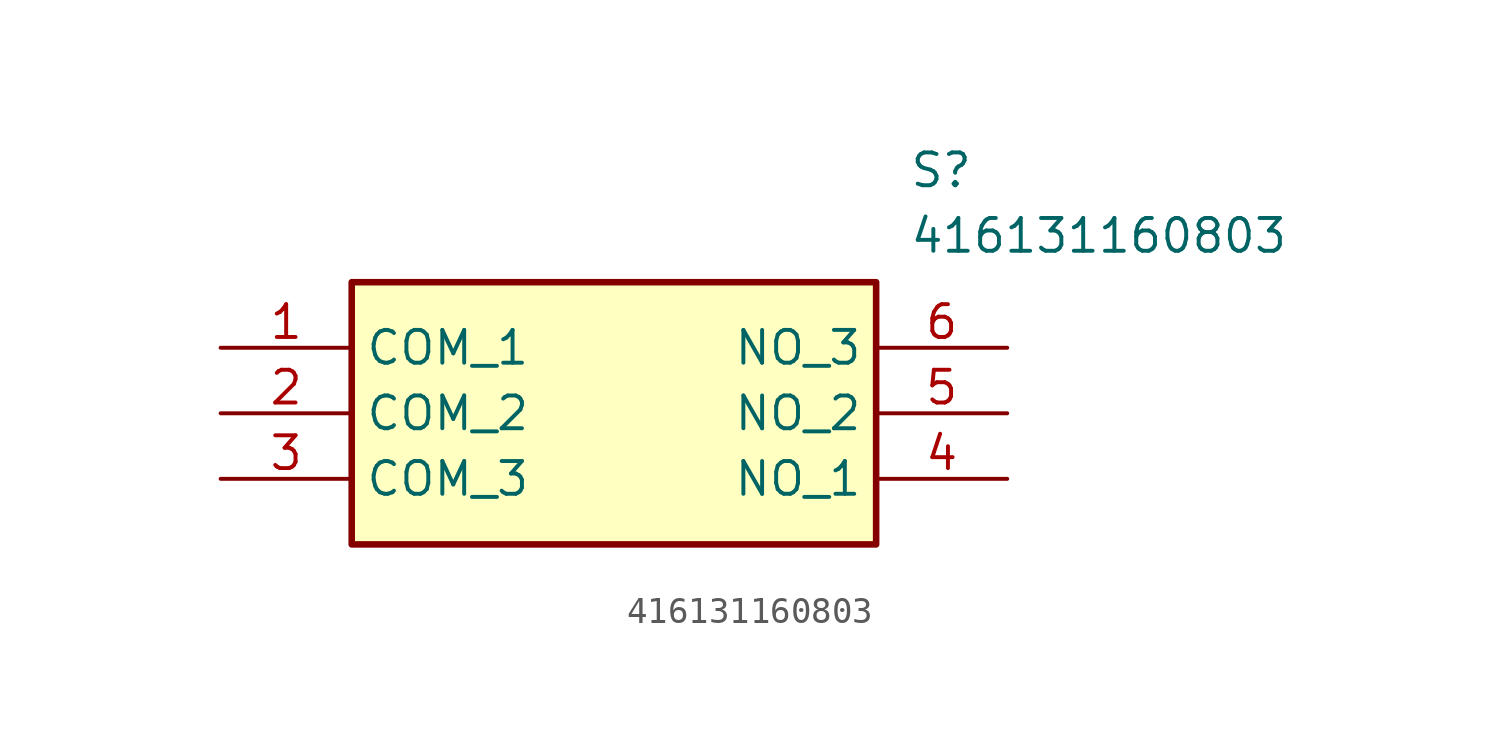
<source format=kicad_sym>
(kicad_symbol_lib
  (version 20211014)
  (generator SamacSys_ECAD_Model)
  (symbol "416131160803"
    (property "Reference" "S"
      (at 26.67 7.62 0)
      (effects (font (size 1.27 1.27)) (justify left top)))
    (property "Value" "416131160803"
      (at 26.67 5.08 0)
      (effects (font (size 1.27 1.27)) (justify left top)))
    (rectangle
      (start 5.08 2.54)
      (end 25.4 -7.62)
      (stroke (width 0.254) (type default))
      (fill (type background)))
    (pin passive line
      (at 0 0 0)
      (length 5.08)
      (name "COM_1" (effects (font (size 1.27 1.27))))
      (number "1" (effects (font (size 1.27 1.27)))))
    (pin passive line
      (at 0 -2.54 0)
      (length 5.08)
      (name "COM_2" (effects (font (size 1.27 1.27))))
      (number "2" (effects (font (size 1.27 1.27)))))
    (pin passive line
      (at 0 -5.08 0)
      (length 5.08)
      (name "COM_3" (effects (font (size 1.27 1.27))))
      (number "3" (effects (font (size 1.27 1.27)))))
    (pin passive line
      (at 30.48 -5.08 180)
      (length 5.08)
      (name "NO_1" (effects (font (size 1.27 1.27))))
      (number "4" (effects (font (size 1.27 1.27)))))
    (pin passive line
      (at 30.48 -2.54 180)
      (length 5.08)
      (name "NO_2" (effects (font (size 1.27 1.27))))
      (number "5" (effects (font (size 1.27 1.27)))))
    (pin passive line
      (at 30.48 0 180)
      (length 5.08)
      (name "NO_3" (effects (font (size 1.27 1.27))))
      (number "6" (effects (font (size 1.27 1.27)))))))
</source>
